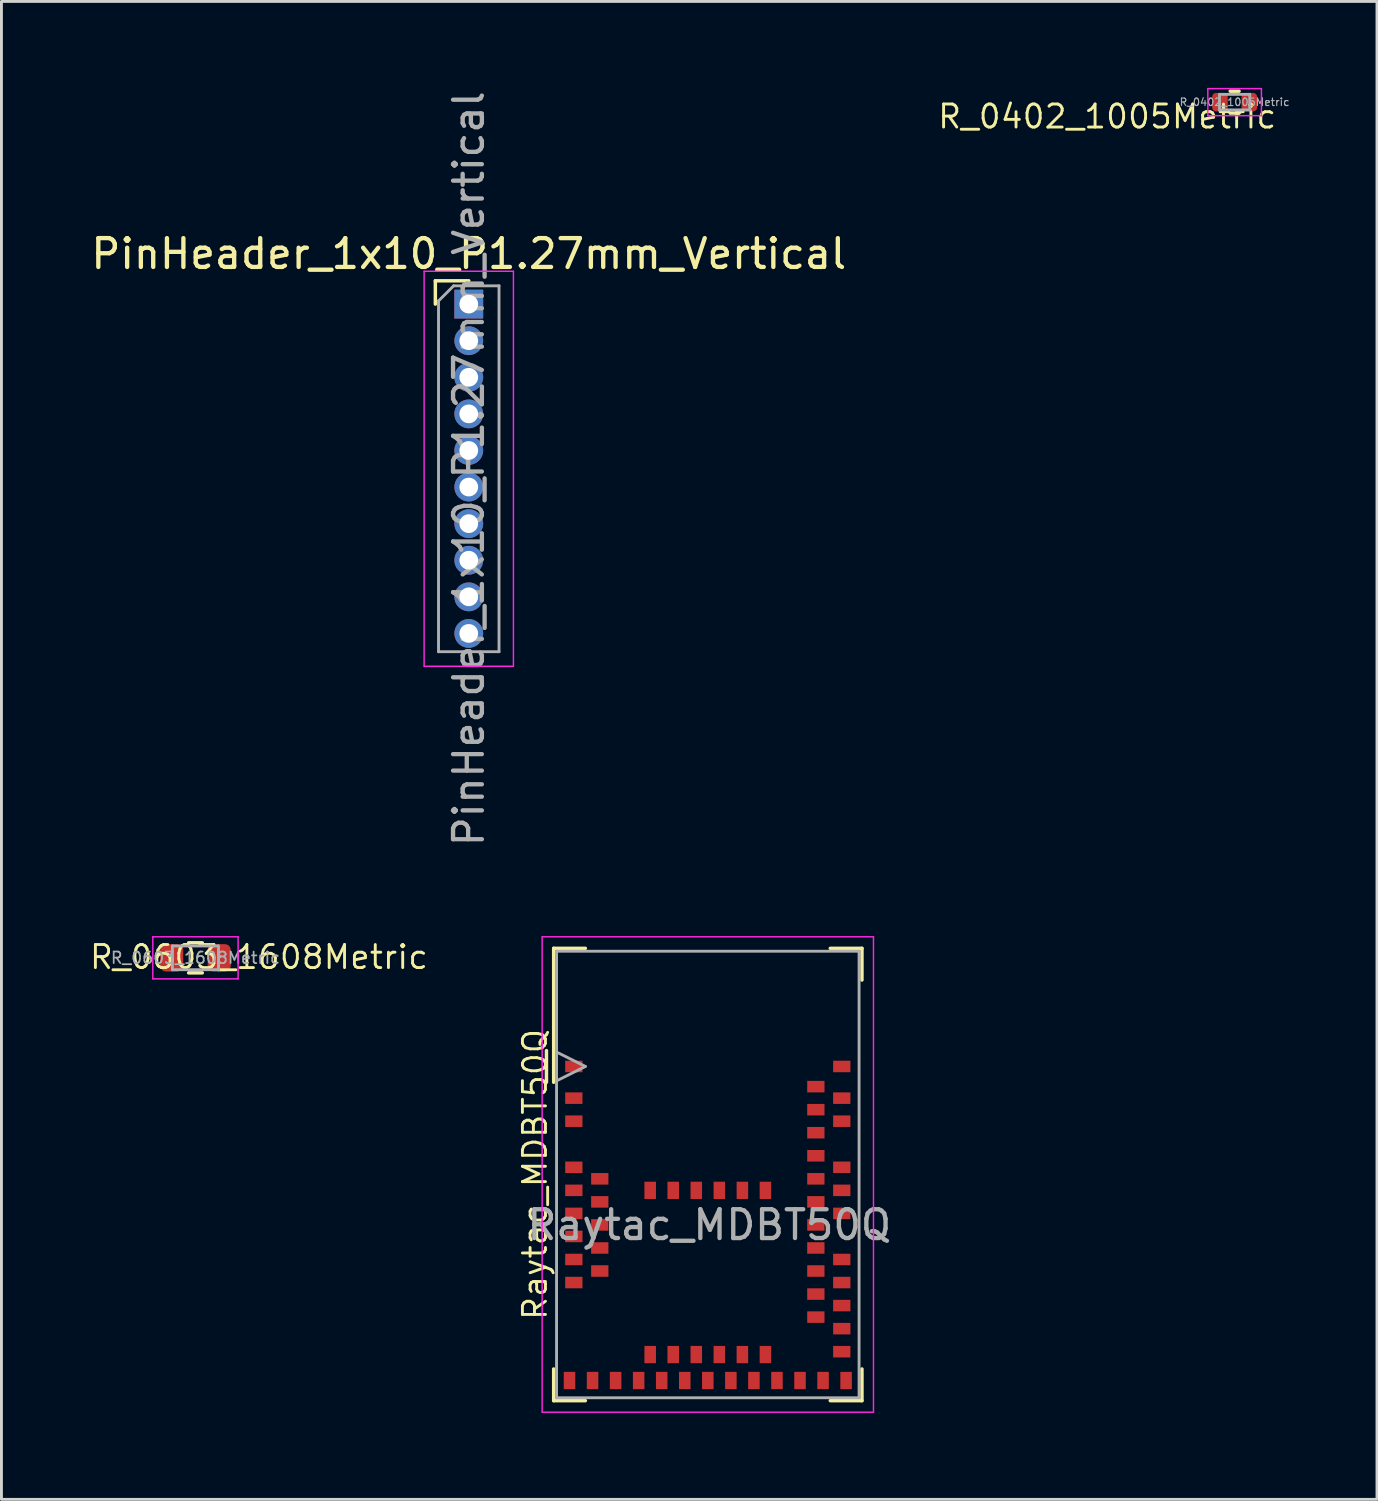
<source format=kicad_pcb>
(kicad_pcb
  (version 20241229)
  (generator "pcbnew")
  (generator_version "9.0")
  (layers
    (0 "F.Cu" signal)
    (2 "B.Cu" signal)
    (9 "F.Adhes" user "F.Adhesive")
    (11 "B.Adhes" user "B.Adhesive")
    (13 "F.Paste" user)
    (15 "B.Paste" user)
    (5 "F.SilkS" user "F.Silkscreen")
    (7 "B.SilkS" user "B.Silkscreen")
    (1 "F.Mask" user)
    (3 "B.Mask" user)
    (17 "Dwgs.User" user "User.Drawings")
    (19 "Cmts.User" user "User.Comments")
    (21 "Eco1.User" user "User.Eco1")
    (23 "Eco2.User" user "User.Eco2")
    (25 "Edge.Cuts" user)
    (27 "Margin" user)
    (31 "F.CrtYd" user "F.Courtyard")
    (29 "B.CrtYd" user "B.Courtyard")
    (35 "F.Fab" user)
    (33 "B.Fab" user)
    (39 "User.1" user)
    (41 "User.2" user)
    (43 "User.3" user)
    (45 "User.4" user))
  (footprint "R_0402_1005Metric"
    (layer "F.Cu")
    (at 39.802 0.495)
    (property "Reference" "R_0402_1005Metric" (at -4.425 0.5 0) (layer "F.SilkS") (effects (font (size 0.8 0.8) (thickness 0.1))))
    (attr smd)
    (fp_line (start -0.154 -0.38) (end 0.154 -0.38) (stroke (width 0.12) (type solid)) (layer "F.SilkS"))
    (fp_line (start -0.154 0.38) (end 0.154 0.38) (stroke (width 0.12) (type solid)) (layer "F.SilkS"))
    (fp_line (start -0.93 -0.47) (end 0.93 -0.47) (stroke (width 0.05) (type solid)) (layer "F.CrtYd"))
    (fp_line (start -0.93 0.47) (end -0.93 -0.47) (stroke (width 0.05) (type solid)) (layer "F.CrtYd"))
    (fp_line (start 0.93 -0.47) (end 0.93 0.47) (stroke (width 0.05) (type solid)) (layer "F.CrtYd"))
    (fp_line (start 0.93 0.47) (end -0.93 0.47) (stroke (width 0.05) (type solid)) (layer "F.CrtYd"))
    (fp_line (start -0.525 -0.27) (end 0.525 -0.27) (stroke (width 0.1) (type solid)) (layer "F.Fab"))
    (fp_line (start -0.525 0.27) (end -0.525 -0.27) (stroke (width 0.1) (type solid)) (layer "F.Fab"))
    (fp_line (start 0.525 -0.27) (end 0.525 0.27) (stroke (width 0.1) (type solid)) (layer "F.Fab"))
    (fp_line (start 0.525 0.27) (end -0.525 0.27) (stroke (width 0.1) (type solid)) (layer "F.Fab"))
    (fp_text user "${REFERENCE}" (at 0 0 0) (layer "F.Fab") (effects (font (size 0.26 0.26) (thickness 0.04))))
    (pad "1" smd roundrect (at -0.51 0 180) (size 0.54 0.64) (layers "F.Cu" "F.Mask" "F.Paste") (roundrect_rratio 0.25))
    (pad "2" smd roundrect (at 0.51 0 180) (size 0.54 0.64) (layers "F.Cu" "F.Mask" "F.Paste") (roundrect_rratio 0.25)))
  (footprint "R_0603_1608Metric"
    (layer "F.Cu")
    (at 3.734 30.195)
    (property "Reference" "R_0603_1608Metric" (at 2.203 -0.027 180) (layer "F.SilkS") (effects (font (size 0.8 0.8) (thickness 0.1))))
    (attr smd dnp)
    (fp_line (start -0.237 -0.522) (end 0.237 -0.522) (stroke (width 0.12) (type solid)) (layer "F.SilkS"))
    (fp_line (start -0.237 0.522) (end 0.237 0.522) (stroke (width 0.12) (type solid)) (layer "F.SilkS"))
    (fp_line (start -1.48 -0.73) (end 1.48 -0.73) (stroke (width 0.05) (type solid)) (layer "F.CrtYd"))
    (fp_line (start -1.48 0.73) (end -1.48 -0.73) (stroke (width 0.05) (type solid)) (layer "F.CrtYd"))
    (fp_line (start 1.48 -0.73) (end 1.48 0.73) (stroke (width 0.05) (type solid)) (layer "F.CrtYd"))
    (fp_line (start 1.48 0.73) (end -1.48 0.73) (stroke (width 0.05) (type solid)) (layer "F.CrtYd"))
    (fp_line (start -0.8 -0.412) (end 0.8 -0.412) (stroke (width 0.1) (type solid)) (layer "F.Fab"))
    (fp_line (start -0.8 0.412) (end -0.8 -0.412) (stroke (width 0.1) (type solid)) (layer "F.Fab"))
    (fp_line (start 0.8 -0.412) (end 0.8 0.412) (stroke (width 0.1) (type solid)) (layer "F.Fab"))
    (fp_line (start 0.8 0.412) (end -0.8 0.412) (stroke (width 0.1) (type solid)) (layer "F.Fab"))
    (fp_text user "${REFERENCE}" (at 0 0 180) (layer "F.Fab") (effects (font (size 0.4 0.4) (thickness 0.06))))
    (pad "1" smd roundrect (at -0.825 0) (size 0.8 0.95) (layers "F.Cu" "F.Mask" "F.Paste") (roundrect_rratio 0.25))
    (pad "2" smd roundrect (at 0.825 0) (size 0.8 0.95) (layers "F.Cu" "F.Mask" "F.Paste") (roundrect_rratio 0.25)))
  (footprint "Raytac_MDBT50Q"
    (layer "F.Cu")
    (at 21.517 37.715)
    (property "Reference" "Raytac_MDBT50Q" (at -6 0 270) (layer "F.SilkS") (effects (font (size 0.8 0.8) (thickness 0.1))))
    (attr smd)
    (fp_line (start -5.6 -4.3) (end -5.6 -3.2) (stroke (width 0.12) (type solid)) (layer "F.SilkS"))
    (fp_line (start -5.35 -7.85) (end -5.35 -3.2) (stroke (width 0.12) (type solid)) (layer "F.SilkS"))
    (fp_line (start -5.35 6.75) (end -5.35 7.85) (stroke (width 0.12) (type solid)) (layer "F.SilkS"))
    (fp_line (start -5.35 7.85) (end -4.25 7.85) (stroke (width 0.12) (type solid)) (layer "F.SilkS"))
    (fp_line (start -4.25 -7.85) (end -5.35 -7.85) (stroke (width 0.12) (type solid)) (layer "F.SilkS"))
    (fp_line (start 4.25 -7.85) (end 5.35 -7.85) (stroke (width 0.12) (type solid)) (layer "F.SilkS"))
    (fp_line (start 5.35 -7.85) (end 5.35 -6.75) (stroke (width 0.12) (type solid)) (layer "F.SilkS"))
    (fp_line (start 5.35 6.75) (end 5.35 7.85) (stroke (width 0.12) (type solid)) (layer "F.SilkS"))
    (fp_line (start 5.35 7.85) (end 4.25 7.85) (stroke (width 0.12) (type solid)) (layer "F.SilkS"))
    (fp_line (start -5.75 -8.25) (end -5.75 8.25) (stroke (width 0.05) (type solid)) (layer "F.CrtYd"))
    (fp_line (start -5.75 -8.25) (end 5.75 -8.25) (stroke (width 0.05) (type solid)) (layer "F.CrtYd"))
    (fp_line (start -5.75 8.25) (end 5.75 8.25) (stroke (width 0.05) (type solid)) (layer "F.CrtYd"))
    (fp_line (start 5.75 -8.25) (end 5.75 8.25) (stroke (width 0.05) (type solid)) (layer "F.CrtYd"))
    (fp_line (start -5.25 -7.75) (end 5.25 -7.75) (stroke (width 0.1) (type solid)) (layer "F.Fab"))
    (fp_line (start -5.25 7.75) (end -5.25 -7.75) (stroke (width 0.1) (type solid)) (layer "F.Fab"))
    (fp_line (start -4.25 -3.75) (end -5.25 -3.25) (stroke (width 0.1) (type solid)) (layer "F.Fab"))
    (fp_line (start -4.25 -3.75) (end -5.25 -4.25) (stroke (width 0.1) (type solid)) (layer "F.Fab"))
    (fp_line (start 5.25 -7.75) (end 5.25 7.75) (stroke (width 0.1) (type solid)) (layer "F.Fab"))
    (fp_line (start 5.25 7.75) (end -5.25 7.75) (stroke (width 0.1) (type solid)) (layer "F.Fab"))
    (fp_text user "${REFERENCE}" (at 0.05 1.75 180) (layer "F.Fab") (effects (font (size 1 1) (thickness 0.15))))
    (pad "1" smd rect (at -4.65 -3.75) (size 0.6 0.4) (layers "F.Cu" "F.Mask" "F.Paste"))
    (pad "2" smd rect (at -4.65 -2.65) (size 0.6 0.4) (layers "F.Cu" "F.Mask" "F.Paste"))
    (pad "3" smd rect (at -4.65 -1.85) (size 0.6 0.4) (layers "F.Cu" "F.Mask" "F.Paste"))
    (pad "4" smd rect (at -4.65 -0.25) (size 0.6 0.4) (layers "F.Cu" "F.Mask" "F.Paste"))
    (pad "5" smd rect (at -3.75 0.15) (size 0.6 0.4) (layers "F.Cu" "F.Mask" "F.Paste"))
    (pad "6" smd rect (at -4.65 0.55) (size 0.6 0.4) (layers "F.Cu" "F.Mask" "F.Paste"))
    (pad "7" smd rect (at -3.75 0.95) (size 0.6 0.4) (layers "F.Cu" "F.Mask" "F.Paste"))
    (pad "8" smd rect (at -4.65 1.35) (size 0.6 0.4) (layers "F.Cu" "F.Mask" "F.Paste"))
    (pad "9" smd rect (at -3.75 1.75) (size 0.6 0.4) (layers "F.Cu" "F.Mask" "F.Paste"))
    (pad "10" smd rect (at -4.65 2.15) (size 0.6 0.4) (layers "F.Cu" "F.Mask" "F.Paste"))
    (pad "11" smd rect (at -3.75 2.55) (size 0.6 0.4) (layers "F.Cu" "F.Mask" "F.Paste"))
    (pad "12" smd rect (at -4.65 2.95) (size 0.6 0.4) (layers "F.Cu" "F.Mask" "F.Paste"))
    (pad "13" smd rect (at -3.75 3.35) (size 0.6 0.4) (layers "F.Cu" "F.Mask" "F.Paste"))
    (pad "14" smd rect (at -4.65 3.75) (size 0.6 0.4) (layers "F.Cu" "F.Mask" "F.Paste"))
    (pad "15" smd rect (at -4.8 7.15 90) (size 0.6 0.4) (layers "F.Cu" "F.Mask" "F.Paste"))
    (pad "16" smd rect (at -4 7.15 90) (size 0.6 0.4) (layers "F.Cu" "F.Mask" "F.Paste"))
    (pad "17" smd rect (at -3.2 7.15 90) (size 0.6 0.4) (layers "F.Cu" "F.Mask" "F.Paste"))
    (pad "18" smd rect (at -2.4 7.15 90) (size 0.6 0.4) (layers "F.Cu" "F.Mask" "F.Paste"))
    (pad "19" smd rect (at -2 6.25 90) (size 0.6 0.4) (layers "F.Cu" "F.Mask" "F.Paste"))
    (pad "20" smd rect (at -1.6 7.15 90) (size 0.6 0.4) (layers "F.Cu" "F.Mask" "F.Paste"))
    (pad "21" smd rect (at -1.2 6.25 90) (size 0.6 0.4) (layers "F.Cu" "F.Mask" "F.Paste"))
    (pad "22" smd rect (at -0.8 7.15 90) (size 0.6 0.4) (layers "F.Cu" "F.Mask" "F.Paste"))
    (pad "23" smd rect (at -0.4 6.25 90) (size 0.6 0.4) (layers "F.Cu" "F.Mask" "F.Paste"))
    (pad "24" smd rect (at 0 7.15 90) (size 0.6 0.4) (layers "F.Cu" "F.Mask" "F.Paste"))
    (pad "25" smd rect (at 0.4 6.25 90) (size 0.6 0.4) (layers "F.Cu" "F.Mask" "F.Paste"))
    (pad "26" smd rect (at 0.8 7.15 90) (size 0.6 0.4) (layers "F.Cu" "F.Mask" "F.Paste"))
    (pad "27" smd rect (at 1.2 6.25 90) (size 0.6 0.4) (layers "F.Cu" "F.Mask" "F.Paste"))
    (pad "28" smd rect (at 1.6 7.15 90) (size 0.6 0.4) (layers "F.Cu" "F.Mask" "F.Paste"))
    (pad "29" smd rect (at 2 6.25 90) (size 0.6 0.4) (layers "F.Cu" "F.Mask" "F.Paste"))
    (pad "30" smd rect (at 2.4 7.15 90) (size 0.6 0.4) (layers "F.Cu" "F.Mask" "F.Paste"))
    (pad "31" smd rect (at 3.2 7.15 90) (size 0.6 0.4) (layers "F.Cu" "F.Mask" "F.Paste"))
    (pad "32" smd rect (at 4 7.15 90) (size 0.6 0.4) (layers "F.Cu" "F.Mask" "F.Paste"))
    (pad "33" smd rect (at 4.8 7.15 90) (size 0.6 0.4) (layers "F.Cu" "F.Mask" "F.Paste"))
    (pad "34" smd rect (at 4.65 6.15) (size 0.6 0.4) (layers "F.Cu" "F.Mask" "F.Paste"))
    (pad "35" smd rect (at 4.65 5.35) (size 0.6 0.4) (layers "F.Cu" "F.Mask" "F.Paste"))
    (pad "36" smd rect (at 3.75 4.95) (size 0.6 0.4) (layers "F.Cu" "F.Mask" "F.Paste"))
    (pad "37" smd rect (at 4.65 4.55) (size 0.6 0.4) (layers "F.Cu" "F.Mask" "F.Paste"))
    (pad "38" smd rect (at 3.75 4.15) (size 0.6 0.4) (layers "F.Cu" "F.Mask" "F.Paste"))
    (pad "39" smd rect (at 4.65 3.75) (size 0.6 0.4) (layers "F.Cu" "F.Mask" "F.Paste"))
    (pad "40" smd rect (at 3.75 3.35) (size 0.6 0.4) (layers "F.Cu" "F.Mask" "F.Paste"))
    (pad "41" smd rect (at 4.65 2.95) (size 0.6 0.4) (layers "F.Cu" "F.Mask" "F.Paste"))
    (pad "42" smd rect (at 3.75 2.55) (size 0.6 0.4) (layers "F.Cu" "F.Mask" "F.Paste"))
    (pad "43" smd rect (at 3.75 1.75) (size 0.6 0.4) (layers "F.Cu" "F.Mask" "F.Paste"))
    (pad "44" smd rect (at 4.65 1.35) (size 0.6 0.4) (layers "F.Cu" "F.Mask" "F.Paste"))
    (pad "45" smd rect (at 3.75 0.95) (size 0.6 0.4) (layers "F.Cu" "F.Mask" "F.Paste"))
    (pad "46" smd rect (at 4.65 0.55) (size 0.6 0.4) (layers "F.Cu" "F.Mask" "F.Paste"))
    (pad "47" smd rect (at 3.75 0.15) (size 0.6 0.4) (layers "F.Cu" "F.Mask" "F.Paste"))
    (pad "48" smd rect (at 4.65 -0.25) (size 0.6 0.4) (layers "F.Cu" "F.Mask" "F.Paste"))
    (pad "49" smd rect (at 3.75 -0.65) (size 0.6 0.4) (layers "F.Cu" "F.Mask" "F.Paste"))
    (pad "50" smd rect (at 3.75 -1.45) (size 0.6 0.4) (layers "F.Cu" "F.Mask" "F.Paste"))
    (pad "51" smd rect (at 4.65 -1.85) (size 0.6 0.4) (layers "F.Cu" "F.Mask" "F.Paste"))
    (pad "52" smd rect (at 3.75 -2.25) (size 0.6 0.4) (layers "F.Cu" "F.Mask" "F.Paste"))
    (pad "53" smd rect (at 4.65 -2.65) (size 0.6 0.4) (layers "F.Cu" "F.Mask" "F.Paste"))
    (pad "54" smd rect (at 3.75 -3.05) (size 0.6 0.4) (layers "F.Cu" "F.Mask" "F.Paste"))
    (pad "55" smd rect (at 4.65 -3.75) (size 0.6 0.4) (layers "F.Cu" "F.Mask" "F.Paste"))
    (pad "56" smd rect (at -2 0.55 90) (size 0.6 0.4) (layers "F.Cu" "F.Mask" "F.Paste"))
    (pad "57" smd rect (at -1.2 0.55 90) (size 0.6 0.4) (layers "F.Cu" "F.Mask" "F.Paste"))
    (pad "58" smd rect (at -0.4 0.55 90) (size 0.6 0.4) (layers "F.Cu" "F.Mask" "F.Paste"))
    (pad "59" smd rect (at 0.4 0.55 90) (size 0.6 0.4) (layers "F.Cu" "F.Mask" "F.Paste"))
    (pad "60" smd rect (at 1.2 0.55 90) (size 0.6 0.4) (layers "F.Cu" "F.Mask" "F.Paste"))
    (pad "61" smd rect (at 2 0.55 90) (size 0.6 0.4) (layers "F.Cu" "F.Mask" "F.Paste")))
  (footprint "PinHeader_1x10_P1.27mm_Vertical"
    (layer "F.Cu")
    (at 13.22 7.505)
    (property "Reference" "PinHeader_1x10_P1.27mm_Vertical" (at 0 -1.745 0) (layer "F.SilkS") (effects (font (size 1 1) (thickness 0.15))))
    (attr through_hole dnp)
    (fp_line (start -1.16 -0.81) (end 0 -0.81) (stroke (width 0.12) (type solid)) (layer "F.SilkS"))
    (fp_line (start -1.16 0) (end -1.16 -0.81) (stroke (width 0.12) (type solid)) (layer "F.SilkS"))
    (fp_line (start -1.55 -1.14) (end -1.55 12.57) (stroke (width 0.05) (type solid)) (layer "F.CrtYd"))
    (fp_line (start -1.55 12.57) (end 1.55 12.57) (stroke (width 0.05) (type solid)) (layer "F.CrtYd"))
    (fp_line (start 1.55 -1.14) (end -1.55 -1.14) (stroke (width 0.05) (type solid)) (layer "F.CrtYd"))
    (fp_line (start 1.55 12.57) (end 1.55 -1.14) (stroke (width 0.05) (type solid)) (layer "F.CrtYd"))
    (fp_line (start -1.05 -0.11) (end -0.525 -0.635) (stroke (width 0.1) (type solid)) (layer "F.Fab"))
    (fp_line (start -1.05 12.065) (end -1.05 -0.11) (stroke (width 0.1) (type solid)) (layer "F.Fab"))
    (fp_line (start -0.525 -0.635) (end 1.05 -0.635) (stroke (width 0.1) (type solid)) (layer "F.Fab"))
    (fp_line (start 1.05 -0.635) (end 1.05 12.065) (stroke (width 0.1) (type solid)) (layer "F.Fab"))
    (fp_line (start 1.05 12.065) (end -1.05 12.065) (stroke (width 0.1) (type solid)) (layer "F.Fab"))
    (fp_text user "${REFERENCE}" (at 0 5.715 90) (layer "F.Fab") (effects (font (size 1 1) (thickness 0.15))))
    (pad "1" thru_hole rect (at 0 0) (size 1 1) (drill 0.65) (layers "*.Cu" "*.Mask"))
    (pad "2" thru_hole circle (at 0 1.27) (size 1 1) (drill 0.65) (layers "*.Cu" "*.Mask"))
    (pad "3" thru_hole circle (at 0 2.54) (size 1 1) (drill 0.65) (layers "*.Cu" "*.Mask"))
    (pad "4" thru_hole circle (at 0 3.81) (size 1 1) (drill 0.65) (layers "*.Cu" "*.Mask"))
    (pad "5" thru_hole circle (at 0 5.08) (size 1 1) (drill 0.65) (layers "*.Cu" "*.Mask"))
    (pad "6" thru_hole circle (at 0 6.35) (size 1 1) (drill 0.65) (layers "*.Cu" "*.Mask"))
    (pad "7" thru_hole circle (at 0 7.62) (size 1 1) (drill 0.65) (layers "*.Cu" "*.Mask"))
    (pad "8" thru_hole circle (at 0 8.89) (size 1 1) (drill 0.65) (layers "*.Cu" "*.Mask"))
    (pad "9" thru_hole circle (at 0 10.16) (size 1 1) (drill 0.65) (layers "*.Cu" "*.Mask"))
    (pad "10" thru_hole circle (at 0 11.43) (size 1 1) (drill 0.65) (layers "*.Cu" "*.Mask")))
  (gr_rect
    (start -3 -3)
    (end 44.743 48.99)
    (stroke (width 0.1) (type default))
    (fill no)
    (layer "Edge.Cuts")))
</source>
